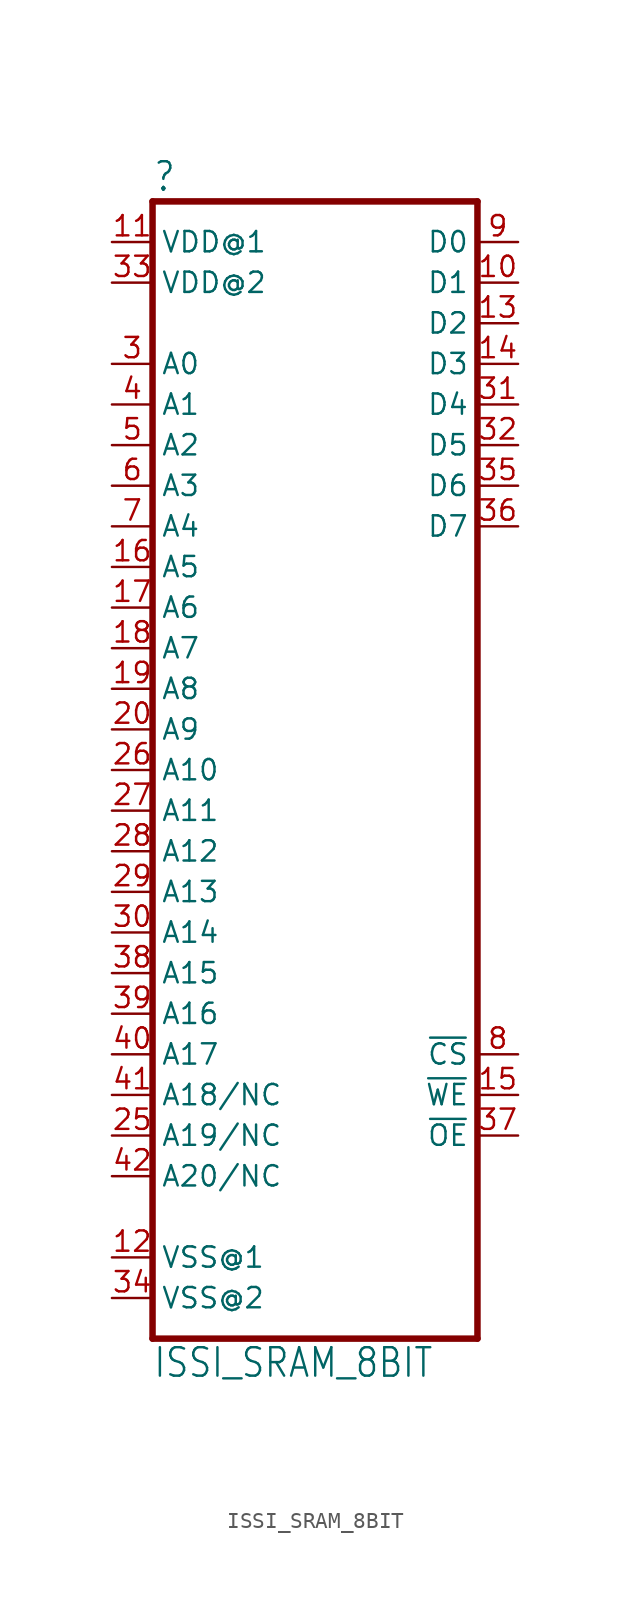
<source format=kicad_sym>
(kicad_symbol_lib
  (version 20211014)
  (generator kicad_symbol_editor)
  (symbol "ISSI_SRAM_8BIT"
    (property "Reference" ""
      (at 0 71.628 0)
      (effects (font (size 1.778 1.511)) (justify left bottom)))
    (property "Value" "ISSI_SRAM_8BIT"
      (at 0 -2.54 0)
      (effects (font (size 1.778 1.511)) (justify left bottom)))
    (property "ki_locked" ""
      (at 0 0 0)
      (effects (font (size 1.27 1.27))))
    (symbol "ISSI_SRAM_8BIT_1_0"
      (polyline (pts (xy 0 0) (xy 0 71.12)) (stroke (width 0.406) (type default) (color 0 0 0 0)) (fill (type none)))
      (polyline (pts (xy 0 71.12) (xy 20.32 71.12)) (stroke (width 0.406) (type default) (color 0 0 0 0)) (fill (type none)))
      (polyline (pts (xy 20.32 0) (xy 0 0)) (stroke (width 0.406) (type default) (color 0 0 0 0)) (fill (type none)))
      (polyline (pts (xy 20.32 71.12) (xy 20.32 0)) (stroke (width 0.406) (type default) (color 0 0 0 0)) (fill (type none)))
      (pin bidirectional line (at 22.86 66.04 180) (length 2.54) (name "D1" (effects (font (size 1.27 1.27)))) (number "10" (effects (font (size 1.27 1.27)))))
      (pin input line (at -2.54 68.58 0) (length 2.54) (name "VDD@1" (effects (font (size 1.27 1.27)))) (number "11" (effects (font (size 1.27 1.27)))))
      (pin input line (at -2.54 5.08 0) (length 2.54) (name "VSS@1" (effects (font (size 1.27 1.27)))) (number "12" (effects (font (size 1.27 1.27)))))
      (pin bidirectional line (at 22.86 63.5 180) (length 2.54) (name "D2" (effects (font (size 1.27 1.27)))) (number "13" (effects (font (size 1.27 1.27)))))
      (pin bidirectional line (at 22.86 60.96 180) (length 2.54) (name "D3" (effects (font (size 1.27 1.27)))) (number "14" (effects (font (size 1.27 1.27)))))
      (pin input line (at 22.86 15.24 180) (length 2.54) (name "~{WE}" (effects (font (size 1.27 1.27)))) (number "15" (effects (font (size 1.27 1.27)))))
      (pin input line (at -2.54 48.26 0) (length 2.54) (name "A5" (effects (font (size 1.27 1.27)))) (number "16" (effects (font (size 1.27 1.27)))))
      (pin input line (at -2.54 45.72 0) (length 2.54) (name "A6" (effects (font (size 1.27 1.27)))) (number "17" (effects (font (size 1.27 1.27)))))
      (pin input line (at -2.54 43.18 0) (length 2.54) (name "A7" (effects (font (size 1.27 1.27)))) (number "18" (effects (font (size 1.27 1.27)))))
      (pin input line (at -2.54 40.64 0) (length 2.54) (name "A8" (effects (font (size 1.27 1.27)))) (number "19" (effects (font (size 1.27 1.27)))))
      (pin input line (at -2.54 38.1 0) (length 2.54) (name "A9" (effects (font (size 1.27 1.27)))) (number "20" (effects (font (size 1.27 1.27)))))
      (pin input line (at -2.54 12.7 0) (length 2.54) (name "A19/NC" (effects (font (size 1.27 1.27)))) (number "25" (effects (font (size 1.27 1.27)))))
      (pin input line (at -2.54 35.56 0) (length 2.54) (name "A10" (effects (font (size 1.27 1.27)))) (number "26" (effects (font (size 1.27 1.27)))))
      (pin input line (at -2.54 33.02 0) (length 2.54) (name "A11" (effects (font (size 1.27 1.27)))) (number "27" (effects (font (size 1.27 1.27)))))
      (pin input line (at -2.54 30.48 0) (length 2.54) (name "A12" (effects (font (size 1.27 1.27)))) (number "28" (effects (font (size 1.27 1.27)))))
      (pin input line (at -2.54 27.94 0) (length 2.54) (name "A13" (effects (font (size 1.27 1.27)))) (number "29" (effects (font (size 1.27 1.27)))))
      (pin input line (at -2.54 60.96 0) (length 2.54) (name "A0" (effects (font (size 1.27 1.27)))) (number "3" (effects (font (size 1.27 1.27)))))
      (pin input line (at -2.54 25.4 0) (length 2.54) (name "A14" (effects (font (size 1.27 1.27)))) (number "30" (effects (font (size 1.27 1.27)))))
      (pin bidirectional line (at 22.86 58.42 180) (length 2.54) (name "D4" (effects (font (size 1.27 1.27)))) (number "31" (effects (font (size 1.27 1.27)))))
      (pin bidirectional line (at 22.86 55.88 180) (length 2.54) (name "D5" (effects (font (size 1.27 1.27)))) (number "32" (effects (font (size 1.27 1.27)))))
      (pin input line (at -2.54 66.04 0) (length 2.54) (name "VDD@2" (effects (font (size 1.27 1.27)))) (number "33" (effects (font (size 1.27 1.27)))))
      (pin input line (at -2.54 2.54 0) (length 2.54) (name "VSS@2" (effects (font (size 1.27 1.27)))) (number "34" (effects (font (size 1.27 1.27)))))
      (pin bidirectional line (at 22.86 53.34 180) (length 2.54) (name "D6" (effects (font (size 1.27 1.27)))) (number "35" (effects (font (size 1.27 1.27)))))
      (pin bidirectional line (at 22.86 50.8 180) (length 2.54) (name "D7" (effects (font (size 1.27 1.27)))) (number "36" (effects (font (size 1.27 1.27)))))
      (pin input line (at 22.86 12.7 180) (length 2.54) (name "~{OE}" (effects (font (size 1.27 1.27)))) (number "37" (effects (font (size 1.27 1.27)))))
      (pin input line (at -2.54 22.86 0) (length 2.54) (name "A15" (effects (font (size 1.27 1.27)))) (number "38" (effects (font (size 1.27 1.27)))))
      (pin input line (at -2.54 20.32 0) (length 2.54) (name "A16" (effects (font (size 1.27 1.27)))) (number "39" (effects (font (size 1.27 1.27)))))
      (pin input line (at -2.54 58.42 0) (length 2.54) (name "A1" (effects (font (size 1.27 1.27)))) (number "4" (effects (font (size 1.27 1.27)))))
      (pin input line (at -2.54 17.78 0) (length 2.54) (name "A17" (effects (font (size 1.27 1.27)))) (number "40" (effects (font (size 1.27 1.27)))))
      (pin input line (at -2.54 15.24 0) (length 2.54) (name "A18/NC" (effects (font (size 1.27 1.27)))) (number "41" (effects (font (size 1.27 1.27)))))
      (pin input line (at -2.54 10.16 0) (length 2.54) (name "A20/NC" (effects (font (size 1.27 1.27)))) (number "42" (effects (font (size 1.27 1.27)))))
      (pin input line (at -2.54 55.88 0) (length 2.54) (name "A2" (effects (font (size 1.27 1.27)))) (number "5" (effects (font (size 1.27 1.27)))))
      (pin input line (at -2.54 53.34 0) (length 2.54) (name "A3" (effects (font (size 1.27 1.27)))) (number "6" (effects (font (size 1.27 1.27)))))
      (pin input line (at -2.54 50.8 0) (length 2.54) (name "A4" (effects (font (size 1.27 1.27)))) (number "7" (effects (font (size 1.27 1.27)))))
      (pin input line (at 22.86 17.78 180) (length 2.54) (name "~{CS}" (effects (font (size 1.27 1.27)))) (number "8" (effects (font (size 1.27 1.27)))))
      (pin bidirectional line (at 22.86 68.58 180) (length 2.54) (name "D0" (effects (font (size 1.27 1.27)))) (number "9" (effects (font (size 1.27 1.27))))))))
</source>
